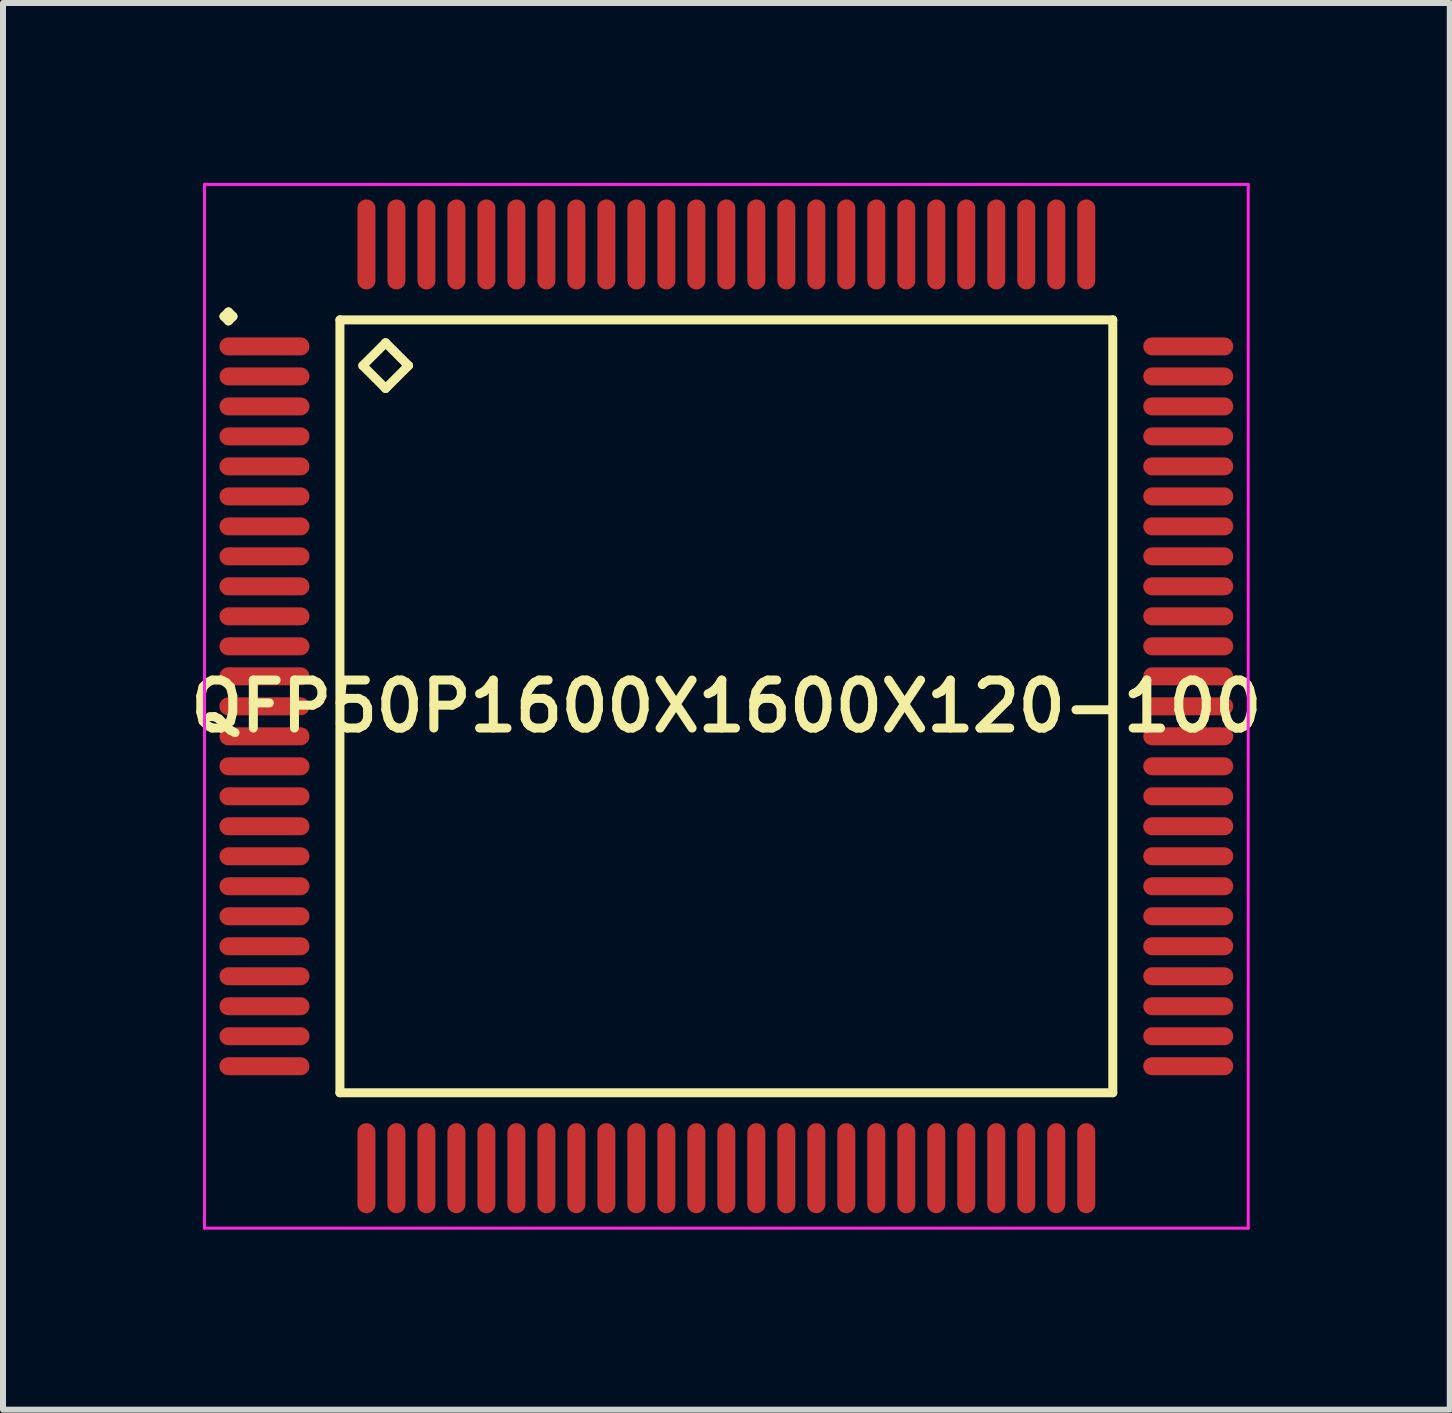
<source format=kicad_pcb>
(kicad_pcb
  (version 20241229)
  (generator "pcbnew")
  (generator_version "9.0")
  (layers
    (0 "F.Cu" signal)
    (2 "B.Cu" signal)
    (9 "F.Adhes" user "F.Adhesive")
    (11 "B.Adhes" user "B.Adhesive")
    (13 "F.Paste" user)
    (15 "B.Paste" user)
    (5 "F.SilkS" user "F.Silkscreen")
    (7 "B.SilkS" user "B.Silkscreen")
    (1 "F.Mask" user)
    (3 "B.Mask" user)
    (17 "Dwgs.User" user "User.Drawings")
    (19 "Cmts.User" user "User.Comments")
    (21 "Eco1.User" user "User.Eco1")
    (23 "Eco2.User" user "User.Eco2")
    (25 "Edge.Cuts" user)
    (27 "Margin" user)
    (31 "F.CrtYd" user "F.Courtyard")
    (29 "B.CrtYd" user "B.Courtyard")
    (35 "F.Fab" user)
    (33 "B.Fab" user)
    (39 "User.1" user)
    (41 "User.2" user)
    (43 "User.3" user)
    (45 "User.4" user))
  (footprint "QFP50P1600X1600X120-100"
    (layer "F.Cu")
    (at 9.059 8.725)
    (property "Reference" "QFP50P1600X1600X120-100" (at 0 0 0) (layer "F.SilkS") (effects (font (size 0.8 0.8) (thickness 0.15))))
    (attr smd)
    (fp_line (start -8.375 -6.5) (end -8.3 -6.575) (stroke (width 0.15) (type solid)) (layer "F.SilkS"))
    (fp_line (start -8.3 -6.575) (end -8.225 -6.5) (stroke (width 0.15) (type solid)) (layer "F.SilkS"))
    (fp_line (start -8.3 -6.425) (end -8.375 -6.5) (stroke (width 0.15) (type solid)) (layer "F.SilkS"))
    (fp_line (start -8.225 -6.5) (end -8.3 -6.425) (stroke (width 0.15) (type solid)) (layer "F.SilkS"))
    (fp_line (start -6.442 -6.442) (end -6.442 6.442) (stroke (width 0.15) (type solid)) (layer "F.SilkS"))
    (fp_line (start -6.442 6.442) (end 6.442 6.442) (stroke (width 0.15) (type solid)) (layer "F.SilkS"))
    (fp_line (start -6.061 -5.68) (end -5.68 -6.061) (stroke (width 0.15) (type solid)) (layer "F.SilkS"))
    (fp_line (start -5.68 -6.061) (end -5.299 -5.68) (stroke (width 0.15) (type solid)) (layer "F.SilkS"))
    (fp_line (start -5.68 -5.299) (end -6.061 -5.68) (stroke (width 0.15) (type solid)) (layer "F.SilkS"))
    (fp_line (start -5.299 -5.68) (end -5.68 -5.299) (stroke (width 0.15) (type solid)) (layer "F.SilkS"))
    (fp_line (start 6.442 -6.442) (end -6.442 -6.442) (stroke (width 0.15) (type solid)) (layer "F.SilkS"))
    (fp_line (start 6.442 6.442) (end 6.442 -6.442) (stroke (width 0.15) (type solid)) (layer "F.SilkS"))
    (fp_line (start -8.7 -8.7) (end 8.7 -8.7) (stroke (width 0.05) (type solid)) (layer "F.CrtYd"))
    (fp_line (start -8.7 8.7) (end -8.7 -8.7) (stroke (width 0.05) (type solid)) (layer "F.CrtYd"))
    (fp_line (start 8.7 -8.7) (end 8.7 8.7) (stroke (width 0.05) (type solid)) (layer "F.CrtYd"))
    (fp_line (start 8.7 8.7) (end -8.7 8.7) (stroke (width 0.05) (type solid)) (layer "F.CrtYd"))
    (pad "1" smd oval (at -7.7 -6) (size 1.5 0.3) (layers "F.Cu" "F.Mask" "F.Paste"))
    (pad "2" smd oval (at -7.7 -5.5) (size 1.5 0.3) (layers "F.Cu" "F.Mask" "F.Paste"))
    (pad "3" smd oval (at -7.7 -5) (size 1.5 0.3) (layers "F.Cu" "F.Mask" "F.Paste"))
    (pad "4" smd oval (at -7.7 -4.5) (size 1.5 0.3) (layers "F.Cu" "F.Mask" "F.Paste"))
    (pad "5" smd oval (at -7.7 -4) (size 1.5 0.3) (layers "F.Cu" "F.Mask" "F.Paste"))
    (pad "6" smd oval (at -7.7 -3.5) (size 1.5 0.3) (layers "F.Cu" "F.Mask" "F.Paste"))
    (pad "7" smd oval (at -7.7 -3) (size 1.5 0.3) (layers "F.Cu" "F.Mask" "F.Paste"))
    (pad "8" smd oval (at -7.7 -2.5) (size 1.5 0.3) (layers "F.Cu" "F.Mask" "F.Paste"))
    (pad "9" smd oval (at -7.7 -2) (size 1.5 0.3) (layers "F.Cu" "F.Mask" "F.Paste"))
    (pad "10" smd oval (at -7.7 -1.5) (size 1.5 0.3) (layers "F.Cu" "F.Mask" "F.Paste"))
    (pad "11" smd oval (at -7.7 -1) (size 1.5 0.3) (layers "F.Cu" "F.Mask" "F.Paste"))
    (pad "12" smd oval (at -7.7 -0.5) (size 1.5 0.3) (layers "F.Cu" "F.Mask" "F.Paste"))
    (pad "13" smd oval (at -7.7 0) (size 1.5 0.3) (layers "F.Cu" "F.Mask" "F.Paste"))
    (pad "14" smd oval (at -7.7 0.5) (size 1.5 0.3) (layers "F.Cu" "F.Mask" "F.Paste"))
    (pad "15" smd oval (at -7.7 1) (size 1.5 0.3) (layers "F.Cu" "F.Mask" "F.Paste"))
    (pad "16" smd oval (at -7.7 1.5) (size 1.5 0.3) (layers "F.Cu" "F.Mask" "F.Paste"))
    (pad "17" smd oval (at -7.7 2) (size 1.5 0.3) (layers "F.Cu" "F.Mask" "F.Paste"))
    (pad "18" smd oval (at -7.7 2.5) (size 1.5 0.3) (layers "F.Cu" "F.Mask" "F.Paste"))
    (pad "19" smd oval (at -7.7 3) (size 1.5 0.3) (layers "F.Cu" "F.Mask" "F.Paste"))
    (pad "20" smd oval (at -7.7 3.5) (size 1.5 0.3) (layers "F.Cu" "F.Mask" "F.Paste"))
    (pad "21" smd oval (at -7.7 4) (size 1.5 0.3) (layers "F.Cu" "F.Mask" "F.Paste"))
    (pad "22" smd oval (at -7.7 4.5) (size 1.5 0.3) (layers "F.Cu" "F.Mask" "F.Paste"))
    (pad "23" smd oval (at -7.7 5) (size 1.5 0.3) (layers "F.Cu" "F.Mask" "F.Paste"))
    (pad "24" smd oval (at -7.7 5.5) (size 1.5 0.3) (layers "F.Cu" "F.Mask" "F.Paste"))
    (pad "25" smd oval (at -7.7 6) (size 1.5 0.3) (layers "F.Cu" "F.Mask" "F.Paste"))
    (pad "26" smd oval (at -6 7.7) (size 0.3 1.5) (layers "F.Cu" "F.Mask" "F.Paste"))
    (pad "27" smd oval (at -5.5 7.7) (size 0.3 1.5) (layers "F.Cu" "F.Mask" "F.Paste"))
    (pad "28" smd oval (at -5 7.7) (size 0.3 1.5) (layers "F.Cu" "F.Mask" "F.Paste"))
    (pad "29" smd oval (at -4.5 7.7) (size 0.3 1.5) (layers "F.Cu" "F.Mask" "F.Paste"))
    (pad "30" smd oval (at -4 7.7) (size 0.3 1.5) (layers "F.Cu" "F.Mask" "F.Paste"))
    (pad "31" smd oval (at -3.5 7.7) (size 0.3 1.5) (layers "F.Cu" "F.Mask" "F.Paste"))
    (pad "32" smd oval (at -3 7.7) (size 0.3 1.5) (layers "F.Cu" "F.Mask" "F.Paste"))
    (pad "33" smd oval (at -2.5 7.7) (size 0.3 1.5) (layers "F.Cu" "F.Mask" "F.Paste"))
    (pad "34" smd oval (at -2 7.7) (size 0.3 1.5) (layers "F.Cu" "F.Mask" "F.Paste"))
    (pad "35" smd oval (at -1.5 7.7) (size 0.3 1.5) (layers "F.Cu" "F.Mask" "F.Paste"))
    (pad "36" smd oval (at -1 7.7) (size 0.3 1.5) (layers "F.Cu" "F.Mask" "F.Paste"))
    (pad "37" smd oval (at -0.5 7.7) (size 0.3 1.5) (layers "F.Cu" "F.Mask" "F.Paste"))
    (pad "38" smd oval (at 0 7.7) (size 0.3 1.5) (layers "F.Cu" "F.Mask" "F.Paste"))
    (pad "39" smd oval (at 0.5 7.7) (size 0.3 1.5) (layers "F.Cu" "F.Mask" "F.Paste"))
    (pad "40" smd oval (at 1 7.7) (size 0.3 1.5) (layers "F.Cu" "F.Mask" "F.Paste"))
    (pad "41" smd oval (at 1.5 7.7) (size 0.3 1.5) (layers "F.Cu" "F.Mask" "F.Paste"))
    (pad "42" smd oval (at 2 7.7) (size 0.3 1.5) (layers "F.Cu" "F.Mask" "F.Paste"))
    (pad "43" smd oval (at 2.5 7.7) (size 0.3 1.5) (layers "F.Cu" "F.Mask" "F.Paste"))
    (pad "44" smd oval (at 3 7.7) (size 0.3 1.5) (layers "F.Cu" "F.Mask" "F.Paste"))
    (pad "45" smd oval (at 3.5 7.7) (size 0.3 1.5) (layers "F.Cu" "F.Mask" "F.Paste"))
    (pad "46" smd oval (at 4 7.7) (size 0.3 1.5) (layers "F.Cu" "F.Mask" "F.Paste"))
    (pad "47" smd oval (at 4.5 7.7) (size 0.3 1.5) (layers "F.Cu" "F.Mask" "F.Paste"))
    (pad "48" smd oval (at 5 7.7) (size 0.3 1.5) (layers "F.Cu" "F.Mask" "F.Paste"))
    (pad "49" smd oval (at 5.5 7.7) (size 0.3 1.5) (layers "F.Cu" "F.Mask" "F.Paste"))
    (pad "50" smd oval (at 6 7.7) (size 0.3 1.5) (layers "F.Cu" "F.Mask" "F.Paste"))
    (pad "51" smd oval (at 7.7 6) (size 1.5 0.3) (layers "F.Cu" "F.Mask" "F.Paste"))
    (pad "52" smd oval (at 7.7 5.5) (size 1.5 0.3) (layers "F.Cu" "F.Mask" "F.Paste"))
    (pad "53" smd oval (at 7.7 5) (size 1.5 0.3) (layers "F.Cu" "F.Mask" "F.Paste"))
    (pad "54" smd oval (at 7.7 4.5) (size 1.5 0.3) (layers "F.Cu" "F.Mask" "F.Paste"))
    (pad "55" smd oval (at 7.7 4) (size 1.5 0.3) (layers "F.Cu" "F.Mask" "F.Paste"))
    (pad "56" smd oval (at 7.7 3.5) (size 1.5 0.3) (layers "F.Cu" "F.Mask" "F.Paste"))
    (pad "57" smd oval (at 7.7 3) (size 1.5 0.3) (layers "F.Cu" "F.Mask" "F.Paste"))
    (pad "58" smd oval (at 7.7 2.5) (size 1.5 0.3) (layers "F.Cu" "F.Mask" "F.Paste"))
    (pad "59" smd oval (at 7.7 2) (size 1.5 0.3) (layers "F.Cu" "F.Mask" "F.Paste"))
    (pad "60" smd oval (at 7.7 1.5) (size 1.5 0.3) (layers "F.Cu" "F.Mask" "F.Paste"))
    (pad "61" smd oval (at 7.7 1) (size 1.5 0.3) (layers "F.Cu" "F.Mask" "F.Paste"))
    (pad "62" smd oval (at 7.7 0.5) (size 1.5 0.3) (layers "F.Cu" "F.Mask" "F.Paste"))
    (pad "63" smd oval (at 7.7 0) (size 1.5 0.3) (layers "F.Cu" "F.Mask" "F.Paste"))
    (pad "64" smd oval (at 7.7 -0.5) (size 1.5 0.3) (layers "F.Cu" "F.Mask" "F.Paste"))
    (pad "65" smd oval (at 7.7 -1) (size 1.5 0.3) (layers "F.Cu" "F.Mask" "F.Paste"))
    (pad "66" smd oval (at 7.7 -1.5) (size 1.5 0.3) (layers "F.Cu" "F.Mask" "F.Paste"))
    (pad "67" smd oval (at 7.7 -2) (size 1.5 0.3) (layers "F.Cu" "F.Mask" "F.Paste"))
    (pad "68" smd oval (at 7.7 -2.5) (size 1.5 0.3) (layers "F.Cu" "F.Mask" "F.Paste"))
    (pad "69" smd oval (at 7.7 -3) (size 1.5 0.3) (layers "F.Cu" "F.Mask" "F.Paste"))
    (pad "70" smd oval (at 7.7 -3.5) (size 1.5 0.3) (layers "F.Cu" "F.Mask" "F.Paste"))
    (pad "71" smd oval (at 7.7 -4) (size 1.5 0.3) (layers "F.Cu" "F.Mask" "F.Paste"))
    (pad "72" smd oval (at 7.7 -4.5) (size 1.5 0.3) (layers "F.Cu" "F.Mask" "F.Paste"))
    (pad "73" smd oval (at 7.7 -5) (size 1.5 0.3) (layers "F.Cu" "F.Mask" "F.Paste"))
    (pad "74" smd oval (at 7.7 -5.5) (size 1.5 0.3) (layers "F.Cu" "F.Mask" "F.Paste"))
    (pad "75" smd oval (at 7.7 -6) (size 1.5 0.3) (layers "F.Cu" "F.Mask" "F.Paste"))
    (pad "76" smd oval (at 6 -7.7) (size 0.3 1.5) (layers "F.Cu" "F.Mask" "F.Paste"))
    (pad "77" smd oval (at 5.5 -7.7) (size 0.3 1.5) (layers "F.Cu" "F.Mask" "F.Paste"))
    (pad "78" smd oval (at 5 -7.7) (size 0.3 1.5) (layers "F.Cu" "F.Mask" "F.Paste"))
    (pad "79" smd oval (at 4.5 -7.7) (size 0.3 1.5) (layers "F.Cu" "F.Mask" "F.Paste"))
    (pad "80" smd oval (at 4 -7.7) (size 0.3 1.5) (layers "F.Cu" "F.Mask" "F.Paste"))
    (pad "81" smd oval (at 3.5 -7.7) (size 0.3 1.5) (layers "F.Cu" "F.Mask" "F.Paste"))
    (pad "82" smd oval (at 3 -7.7) (size 0.3 1.5) (layers "F.Cu" "F.Mask" "F.Paste"))
    (pad "83" smd oval (at 2.5 -7.7) (size 0.3 1.5) (layers "F.Cu" "F.Mask" "F.Paste"))
    (pad "84" smd oval (at 2 -7.7) (size 0.3 1.5) (layers "F.Cu" "F.Mask" "F.Paste"))
    (pad "85" smd oval (at 1.5 -7.7) (size 0.3 1.5) (layers "F.Cu" "F.Mask" "F.Paste"))
    (pad "86" smd oval (at 1 -7.7) (size 0.3 1.5) (layers "F.Cu" "F.Mask" "F.Paste"))
    (pad "87" smd oval (at 0.5 -7.7) (size 0.3 1.5) (layers "F.Cu" "F.Mask" "F.Paste"))
    (pad "88" smd oval (at 0 -7.7) (size 0.3 1.5) (layers "F.Cu" "F.Mask" "F.Paste"))
    (pad "89" smd oval (at -0.5 -7.7) (size 0.3 1.5) (layers "F.Cu" "F.Mask" "F.Paste"))
    (pad "90" smd oval (at -1 -7.7) (size 0.3 1.5) (layers "F.Cu" "F.Mask" "F.Paste"))
    (pad "91" smd oval (at -1.5 -7.7) (size 0.3 1.5) (layers "F.Cu" "F.Mask" "F.Paste"))
    (pad "92" smd oval (at -2 -7.7) (size 0.3 1.5) (layers "F.Cu" "F.Mask" "F.Paste"))
    (pad "93" smd oval (at -2.5 -7.7) (size 0.3 1.5) (layers "F.Cu" "F.Mask" "F.Paste"))
    (pad "94" smd oval (at -3 -7.7) (size 0.3 1.5) (layers "F.Cu" "F.Mask" "F.Paste"))
    (pad "95" smd oval (at -3.5 -7.7) (size 0.3 1.5) (layers "F.Cu" "F.Mask" "F.Paste"))
    (pad "96" smd oval (at -4 -7.7) (size 0.3 1.5) (layers "F.Cu" "F.Mask" "F.Paste"))
    (pad "97" smd oval (at -4.5 -7.7) (size 0.3 1.5) (layers "F.Cu" "F.Mask" "F.Paste"))
    (pad "98" smd oval (at -5 -7.7) (size 0.3 1.5) (layers "F.Cu" "F.Mask" "F.Paste"))
    (pad "99" smd oval (at -5.5 -7.7) (size 0.3 1.5) (layers "F.Cu" "F.Mask" "F.Paste"))
    (pad "100" smd oval (at -6 -7.7) (size 0.3 1.5) (layers "F.Cu" "F.Mask" "F.Paste")))
  (gr_rect
    (start -3 -3)
    (end 21.119 20.45)
    (stroke (width 0.1) (type default))
    (fill no)
    (layer "Edge.Cuts")))
</source>
